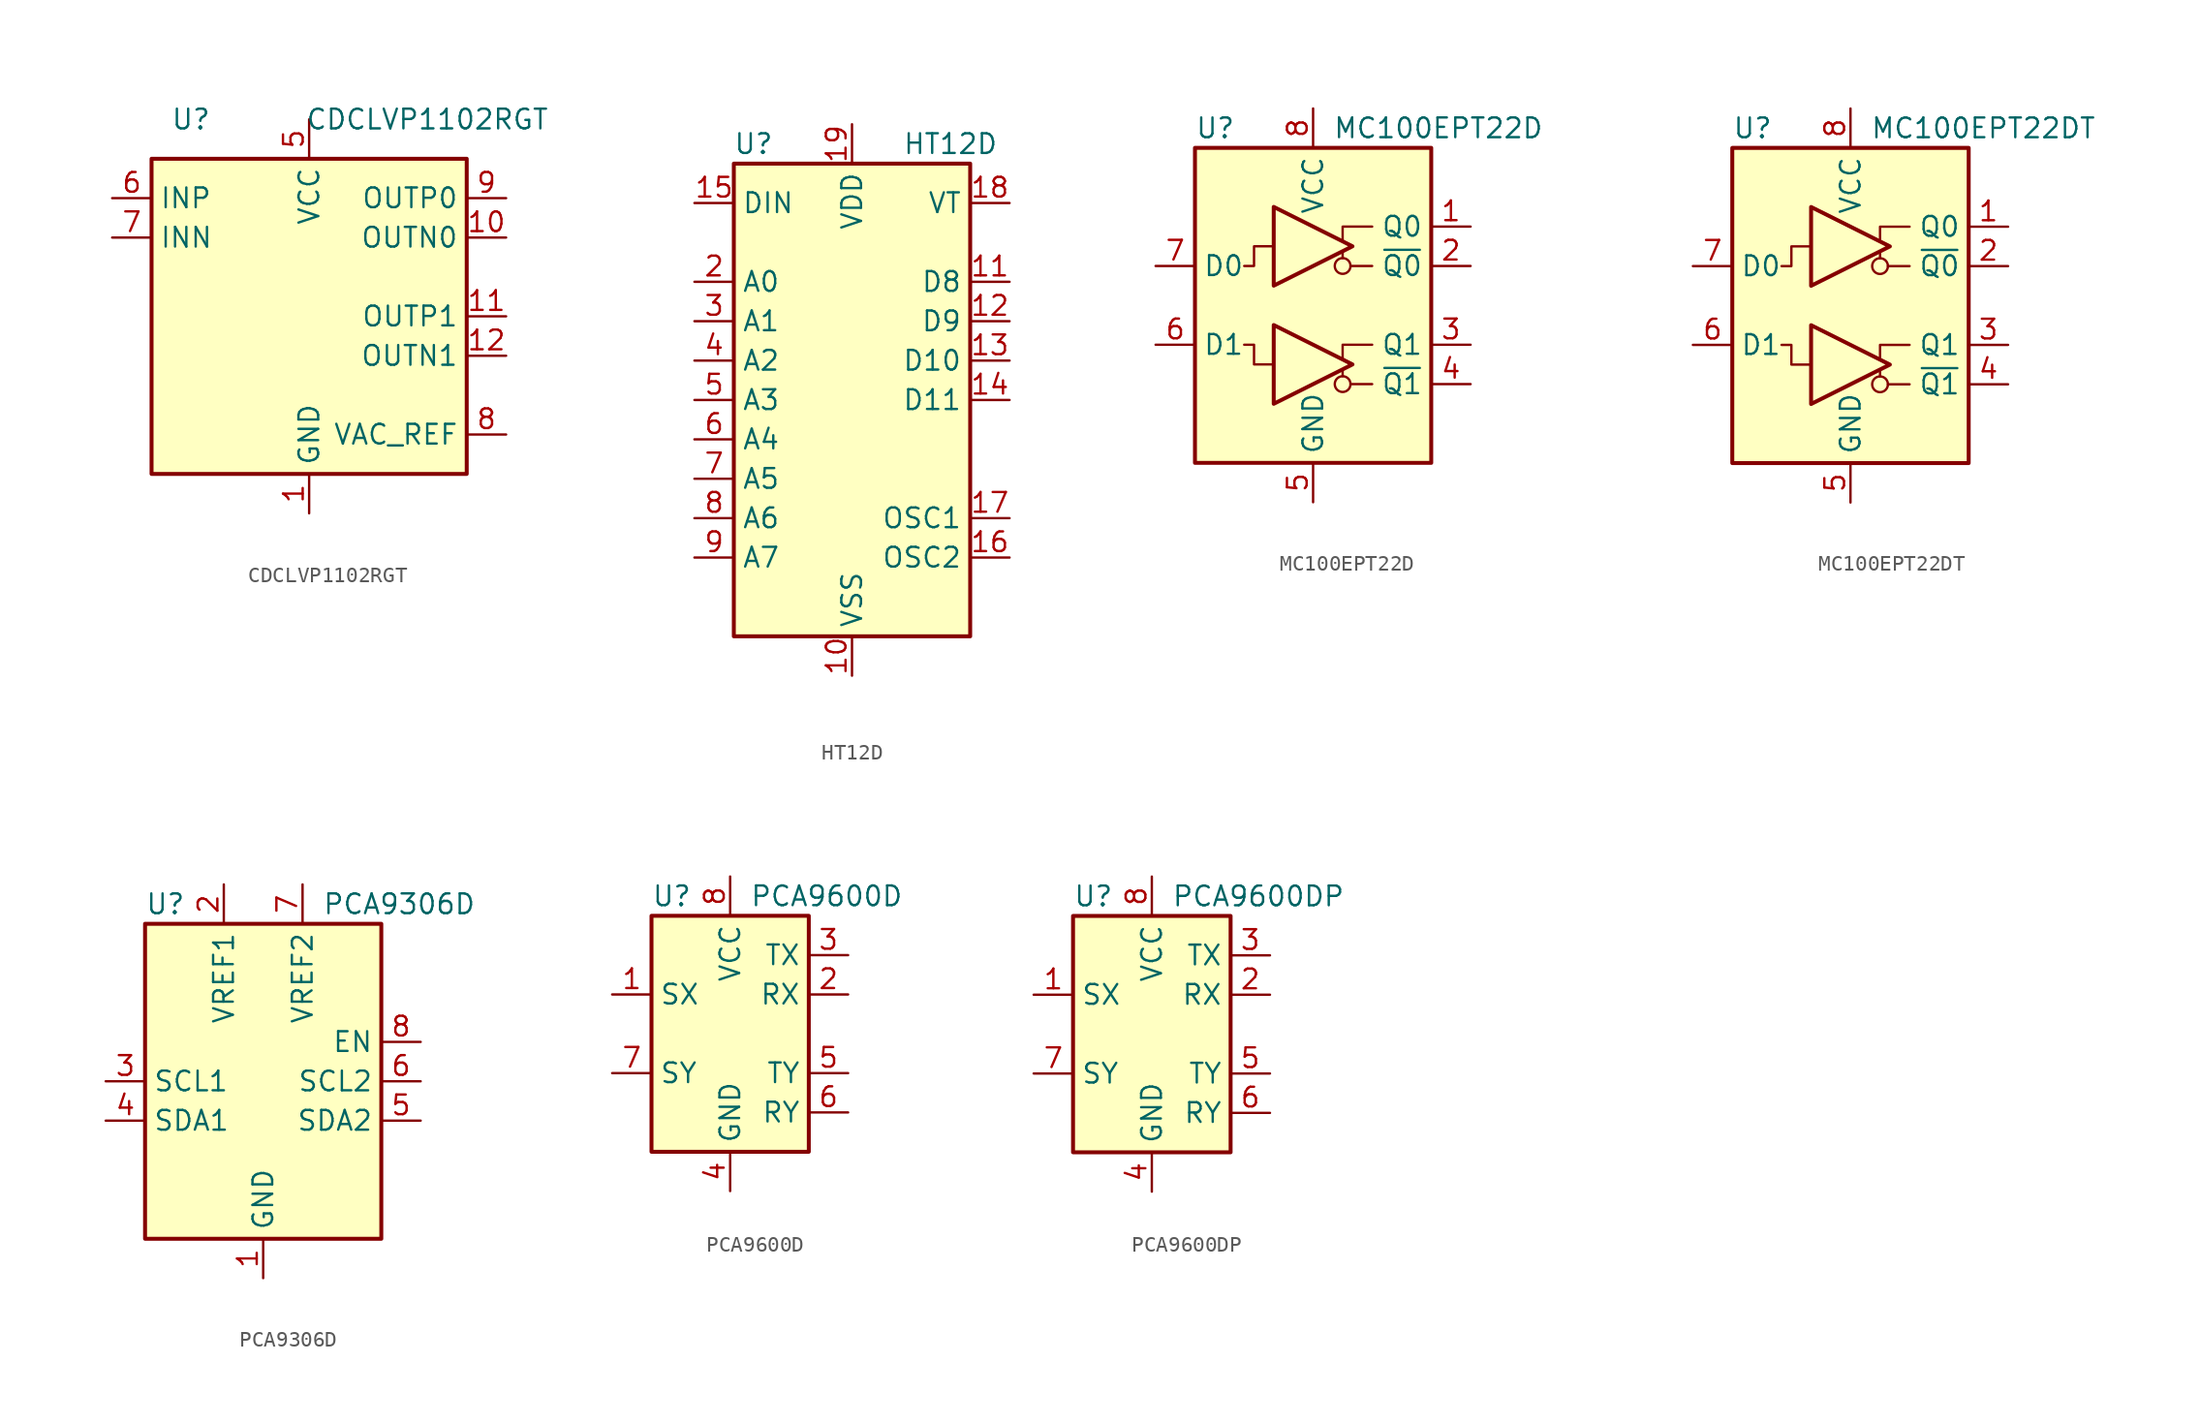
<source format=kicad_sym>
(kicad_symbol_lib
  (version 20201005)
  (generator kicad_symbol_editor)
  (symbol "CDCLVP1102RGT"
    (property "Reference" "U"
      (at -7.62 12.7 0)
      (effects (font (size 1.27 1.27))))
    (property "Value" "CDCLVP1102RGT"
      (at 7.62 12.7 0)
      (effects (font (size 1.27 1.27))))
    (symbol "CDCLVP1102RGT_0_0"
      (pin power_in line (at 0 -12.7 90) (length 2.54) (name "GND" (effects (font (size 1.27 1.27)))) (number "1" (effects (font (size 1.27 1.27)))))
      (pin output line (at 12.7 5.08 180) (length 2.54) (name "OUTN0" (effects (font (size 1.27 1.27)))) (number "10" (effects (font (size 1.27 1.27)))))
      (pin output line (at 12.7 0 180) (length 2.54) (name "OUTP1" (effects (font (size 1.27 1.27)))) (number "11" (effects (font (size 1.27 1.27)))))
      (pin output line (at 12.7 -2.54 180) (length 2.54) (name "OUTN1" (effects (font (size 1.27 1.27)))) (number "12" (effects (font (size 1.27 1.27)))))
      (pin no_connect line (at -10.16 -5.08 0) (length 2.54) hide (name "NC" (effects (font (size 1.27 1.27)))) (number "13" (effects (font (size 1.27 1.27)))))
      (pin no_connect line (at 10.16 2.54 180) (length 2.54) hide (name "NC" (effects (font (size 1.27 1.27)))) (number "14" (effects (font (size 1.27 1.27)))))
      (pin no_connect line (at 10.16 -5.08 180) (length 2.54) hide (name "NC" (effects (font (size 1.27 1.27)))) (number "15" (effects (font (size 1.27 1.27)))))
      (pin passive line (at 0 -12.7 90) (length 2.54) hide (name "GND" (effects (font (size 1.27 1.27)))) (number "16" (effects (font (size 1.27 1.27)))))
      (pin passive line (at 0 -12.7 90) (length 2.54) hide (name "GND" (effects (font (size 1.27 1.27)))) (number "17" (effects (font (size 1.27 1.27)))))
      (pin no_connect line (at -10.16 2.54 0) (length 2.54) hide (name "NC" (effects (font (size 1.27 1.27)))) (number "2" (effects (font (size 1.27 1.27)))))
      (pin no_connect line (at -10.16 0 0) (length 2.54) hide (name "NC" (effects (font (size 1.27 1.27)))) (number "3" (effects (font (size 1.27 1.27)))))
      (pin no_connect line (at -10.16 -2.54 0) (length 2.54) hide (name "NC" (effects (font (size 1.27 1.27)))) (number "4" (effects (font (size 1.27 1.27)))))
      (pin power_in line (at 0 12.7 270) (length 2.54) (name "VCC" (effects (font (size 1.27 1.27)))) (number "5" (effects (font (size 1.27 1.27)))))
      (pin input line (at -12.7 7.62 0) (length 2.54) (name "INP" (effects (font (size 1.27 1.27)))) (number "6" (effects (font (size 1.27 1.27)))))
      (pin input line (at -12.7 5.08 0) (length 2.54) (name "INN" (effects (font (size 1.27 1.27)))) (number "7" (effects (font (size 1.27 1.27)))))
      (pin output line (at 12.7 -7.62 180) (length 2.54) (name "VAC_REF" (effects (font (size 1.27 1.27)))) (number "8" (effects (font (size 1.27 1.27)))))
      (pin output line (at 12.7 7.62 180) (length 2.54) (name "OUTP0" (effects (font (size 1.27 1.27)))) (number "9" (effects (font (size 1.27 1.27))))))
    (symbol "CDCLVP1102RGT_0_1"
      (rectangle (start -10.16 10.16) (end 10.16 -10.16) (stroke (width 0.254)) (fill (type background)))))
  (symbol "HT12D"
    (property "Reference" "U"
      (at -6.35 16.51 0)
      (effects (font (size 1.27 1.27))))
    (property "Value" "HT12D"
      (at 6.35 16.51 0)
      (effects (font (size 1.27 1.27))))
    (symbol "HT12D_1_1"
      (rectangle (start -7.62 15.24) (end 7.62 -15.24) (stroke (width 0.254)) (fill (type background)))
      (pin no_connect line (at 7.62 -2.54 180) (length 2.54) hide (name "NC" (effects (font (size 1.27 1.27)))) (number "1" (effects (font (size 1.27 1.27)))))
      (pin power_in line (at 0 -17.78 90) (length 2.54) (name "VSS" (effects (font (size 1.27 1.27)))) (number "10" (effects (font (size 1.27 1.27)))))
      (pin output line (at 10.16 7.62 180) (length 2.54) (name "D8" (effects (font (size 1.27 1.27)))) (number "11" (effects (font (size 1.27 1.27)))))
      (pin output line (at 10.16 5.08 180) (length 2.54) (name "D9" (effects (font (size 1.27 1.27)))) (number "12" (effects (font (size 1.27 1.27)))))
      (pin output line (at 10.16 2.54 180) (length 2.54) (name "D10" (effects (font (size 1.27 1.27)))) (number "13" (effects (font (size 1.27 1.27)))))
      (pin output line (at 10.16 0 180) (length 2.54) (name "D11" (effects (font (size 1.27 1.27)))) (number "14" (effects (font (size 1.27 1.27)))))
      (pin input line (at -10.16 12.7 0) (length 2.54) (name "DIN" (effects (font (size 1.27 1.27)))) (number "15" (effects (font (size 1.27 1.27)))))
      (pin output line (at 10.16 -10.16 180) (length 2.54) (name "OSC2" (effects (font (size 1.27 1.27)))) (number "16" (effects (font (size 1.27 1.27)))))
      (pin input line (at 10.16 -7.62 180) (length 2.54) (name "OSC1" (effects (font (size 1.27 1.27)))) (number "17" (effects (font (size 1.27 1.27)))))
      (pin output line (at 10.16 12.7 180) (length 2.54) (name "VT" (effects (font (size 1.27 1.27)))) (number "18" (effects (font (size 1.27 1.27)))))
      (pin power_in line (at 0 17.78 270) (length 2.54) (name "VDD" (effects (font (size 1.27 1.27)))) (number "19" (effects (font (size 1.27 1.27)))))
      (pin input line (at -10.16 7.62 0) (length 2.54) (name "A0" (effects (font (size 1.27 1.27)))) (number "2" (effects (font (size 1.27 1.27)))))
      (pin no_connect line (at 7.62 -5.08 180) (length 2.54) hide (name "NC" (effects (font (size 1.27 1.27)))) (number "20" (effects (font (size 1.27 1.27)))))
      (pin input line (at -10.16 5.08 0) (length 2.54) (name "A1" (effects (font (size 1.27 1.27)))) (number "3" (effects (font (size 1.27 1.27)))))
      (pin input line (at -10.16 2.54 0) (length 2.54) (name "A2" (effects (font (size 1.27 1.27)))) (number "4" (effects (font (size 1.27 1.27)))))
      (pin input line (at -10.16 0 0) (length 2.54) (name "A3" (effects (font (size 1.27 1.27)))) (number "5" (effects (font (size 1.27 1.27)))))
      (pin input line (at -10.16 -2.54 0) (length 2.54) (name "A4" (effects (font (size 1.27 1.27)))) (number "6" (effects (font (size 1.27 1.27)))))
      (pin input line (at -10.16 -5.08 0) (length 2.54) (name "A5" (effects (font (size 1.27 1.27)))) (number "7" (effects (font (size 1.27 1.27)))))
      (pin input line (at -10.16 -7.62 0) (length 2.54) (name "A6" (effects (font (size 1.27 1.27)))) (number "8" (effects (font (size 1.27 1.27)))))
      (pin input line (at -10.16 -10.16 0) (length 2.54) (name "A7" (effects (font (size 1.27 1.27)))) (number "9" (effects (font (size 1.27 1.27)))))))
  (symbol "MC100EPT22D"
    (property "Reference" "U"
      (at -7.62 11.43 0)
      (effects (font (size 1.27 1.27)) (justify left)))
    (property "Value" "MC100EPT22D"
      (at 1.27 11.43 0)
      (effects (font (size 1.27 1.27)) (justify left)))
    (symbol "MC100EPT22D_0_1"
      (polyline (pts (xy 1.905 -4.572) (xy 1.905 -4.191)) (stroke (width 0)) (fill (type none)))
      (polyline (pts (xy 1.905 3.048) (xy 1.905 3.429)) (stroke (width 0)) (fill (type none))))
    (symbol "MC100EPT22D_1_0"
      (circle (center 1.905 -5.08) (radius 0.508) (stroke (width 0)) (fill (type none)))
      (circle (center 1.905 2.54) (radius 0.508) (stroke (width 0)) (fill (type none)))
      (rectangle (start -7.62 10.16) (end 7.62 -10.16) (stroke (width 0.254)) (fill (type background)))
      (polyline (pts (xy 3.81 -5.08) (xy 2.413 -5.08)) (stroke (width 0)) (fill (type none)))
      (polyline (pts (xy 3.81 2.54) (xy 2.413 2.54)) (stroke (width 0)) (fill (type none)))
      (polyline (pts (xy 1.905 -3.429) (xy 1.905 -2.54) (xy 3.81 -2.54)) (stroke (width 0)) (fill (type none)))
      (polyline (pts (xy 1.905 4.191) (xy 1.905 5.08) (xy 3.81 5.08)) (stroke (width 0)) (fill (type none)))
      (polyline (pts (xy -2.54 -3.81) (xy -3.81 -3.81) (xy -3.81 -2.54) (xy -4.445 -2.54)) (stroke (width 0)) (fill (type none)))
      (polyline (pts (xy -2.54 3.81) (xy -3.81 3.81) (xy -3.81 2.54) (xy -4.445 2.54)) (stroke (width 0)) (fill (type none))))
    (symbol "MC100EPT22D_1_1"
      (polyline (pts (xy -2.54 -1.27) (xy -2.54 -6.35) (xy 2.54 -3.81) (xy -2.54 -1.27)) (stroke (width 0.254)) (fill (type none)))
      (polyline (pts (xy -2.54 6.35) (xy -2.54 1.27) (xy 2.54 3.81) (xy -2.54 6.35)) (stroke (width 0.254)) (fill (type none)))
      (pin output line (at 10.16 5.08 180) (length 2.54) (name "Q0" (effects (font (size 1.27 1.27)))) (number "1" (effects (font (size 1.27 1.27)))))
      (pin output line (at 10.16 2.54 180) (length 2.54) (name "~Q0" (effects (font (size 1.27 1.27)))) (number "2" (effects (font (size 1.27 1.27)))))
      (pin output line (at 10.16 -2.54 180) (length 2.54) (name "Q1" (effects (font (size 1.27 1.27)))) (number "3" (effects (font (size 1.27 1.27)))))
      (pin output line (at 10.16 -5.08 180) (length 2.54) (name "~Q1" (effects (font (size 1.27 1.27)))) (number "4" (effects (font (size 1.27 1.27)))))
      (pin power_in line (at 0 -12.7 90) (length 2.54) (name "GND" (effects (font (size 1.27 1.27)))) (number "5" (effects (font (size 1.27 1.27)))))
      (pin input line (at -10.16 -2.54 0) (length 2.54) (name "D1" (effects (font (size 1.27 1.27)))) (number "6" (effects (font (size 1.27 1.27)))))
      (pin input line (at -10.16 2.54 0) (length 2.54) (name "D0" (effects (font (size 1.27 1.27)))) (number "7" (effects (font (size 1.27 1.27)))))
      (pin power_in line (at 0 12.7 270) (length 2.54) (name "VCC" (effects (font (size 1.27 1.27)))) (number "8" (effects (font (size 1.27 1.27)))))))
  (symbol "MC100EPT22DT"
    (property "Reference" "U"
      (at -7.62 11.43 0)
      (effects (font (size 1.27 1.27)) (justify left)))
    (property "Value" "MC100EPT22DT"
      (at 1.27 11.43 0)
      (effects (font (size 1.27 1.27)) (justify left)))
    (symbol "MC100EPT22DT_0_1"
      (polyline (pts (xy 1.905 -4.572) (xy 1.905 -4.191)) (stroke (width 0)) (fill (type none)))
      (polyline (pts (xy 1.905 3.048) (xy 1.905 3.429)) (stroke (width 0)) (fill (type none))))
    (symbol "MC100EPT22DT_1_0"
      (circle (center 1.905 -5.08) (radius 0.508) (stroke (width 0)) (fill (type none)))
      (circle (center 1.905 2.54) (radius 0.508) (stroke (width 0)) (fill (type none)))
      (rectangle (start -7.62 10.16) (end 7.62 -10.16) (stroke (width 0.254)) (fill (type background)))
      (polyline (pts (xy 3.81 -5.08) (xy 2.413 -5.08)) (stroke (width 0)) (fill (type none)))
      (polyline (pts (xy 3.81 2.54) (xy 2.413 2.54)) (stroke (width 0)) (fill (type none)))
      (polyline (pts (xy 1.905 -3.429) (xy 1.905 -2.54) (xy 3.81 -2.54)) (stroke (width 0)) (fill (type none)))
      (polyline (pts (xy 1.905 4.191) (xy 1.905 5.08) (xy 3.81 5.08)) (stroke (width 0)) (fill (type none)))
      (polyline (pts (xy -2.54 -3.81) (xy -3.81 -3.81) (xy -3.81 -2.54) (xy -4.445 -2.54)) (stroke (width 0)) (fill (type none)))
      (polyline (pts (xy -2.54 3.81) (xy -3.81 3.81) (xy -3.81 2.54) (xy -4.445 2.54)) (stroke (width 0)) (fill (type none))))
    (symbol "MC100EPT22DT_1_1"
      (polyline (pts (xy -2.54 -1.27) (xy -2.54 -6.35) (xy 2.54 -3.81) (xy -2.54 -1.27)) (stroke (width 0.254)) (fill (type none)))
      (polyline (pts (xy -2.54 6.35) (xy -2.54 1.27) (xy 2.54 3.81) (xy -2.54 6.35)) (stroke (width 0.254)) (fill (type none)))
      (pin output line (at 10.16 5.08 180) (length 2.54) (name "Q0" (effects (font (size 1.27 1.27)))) (number "1" (effects (font (size 1.27 1.27)))))
      (pin output line (at 10.16 2.54 180) (length 2.54) (name "~Q0" (effects (font (size 1.27 1.27)))) (number "2" (effects (font (size 1.27 1.27)))))
      (pin output line (at 10.16 -2.54 180) (length 2.54) (name "Q1" (effects (font (size 1.27 1.27)))) (number "3" (effects (font (size 1.27 1.27)))))
      (pin output line (at 10.16 -5.08 180) (length 2.54) (name "~Q1" (effects (font (size 1.27 1.27)))) (number "4" (effects (font (size 1.27 1.27)))))
      (pin power_in line (at 0 -12.7 90) (length 2.54) (name "GND" (effects (font (size 1.27 1.27)))) (number "5" (effects (font (size 1.27 1.27)))))
      (pin input line (at -10.16 -2.54 0) (length 2.54) (name "D1" (effects (font (size 1.27 1.27)))) (number "6" (effects (font (size 1.27 1.27)))))
      (pin input line (at -10.16 2.54 0) (length 2.54) (name "D0" (effects (font (size 1.27 1.27)))) (number "7" (effects (font (size 1.27 1.27)))))
      (pin power_in line (at 0 12.7 270) (length 2.54) (name "VCC" (effects (font (size 1.27 1.27)))) (number "8" (effects (font (size 1.27 1.27)))))))
  (symbol "PCA9306D"
    (property "Reference" "U"
      (at -7.62 11.43 0)
      (effects (font (size 1.27 1.27)) (justify left)))
    (property "Value" "PCA9306D"
      (at 3.81 11.43 0)
      (effects (font (size 1.27 1.27)) (justify left)))
    (symbol "PCA9306D_0_1"
      (rectangle (start -7.62 10.16) (end 7.62 -10.16) (stroke (width 0.254)) (fill (type background))))
    (symbol "PCA9306D_1_1"
      (pin power_in line (at 0 -12.7 90) (length 2.54) (name "GND" (effects (font (size 1.27 1.27)))) (number "1" (effects (font (size 1.27 1.27)))))
      (pin power_in line (at -2.54 12.7 270) (length 2.54) (name "VREF1" (effects (font (size 1.27 1.27)))) (number "2" (effects (font (size 1.27 1.27)))))
      (pin bidirectional line (at -10.16 0 0) (length 2.54) (name "SCL1" (effects (font (size 1.27 1.27)))) (number "3" (effects (font (size 1.27 1.27)))))
      (pin bidirectional line (at -10.16 -2.54 0) (length 2.54) (name "SDA1" (effects (font (size 1.27 1.27)))) (number "4" (effects (font (size 1.27 1.27)))))
      (pin bidirectional line (at 10.16 -2.54 180) (length 2.54) (name "SDA2" (effects (font (size 1.27 1.27)))) (number "5" (effects (font (size 1.27 1.27)))))
      (pin bidirectional line (at 10.16 0 180) (length 2.54) (name "SCL2" (effects (font (size 1.27 1.27)))) (number "6" (effects (font (size 1.27 1.27)))))
      (pin power_in line (at 2.54 12.7 270) (length 2.54) (name "VREF2" (effects (font (size 1.27 1.27)))) (number "7" (effects (font (size 1.27 1.27)))))
      (pin input line (at 10.16 2.54 180) (length 2.54) (name "EN" (effects (font (size 1.27 1.27)))) (number "8" (effects (font (size 1.27 1.27)))))))
  (symbol "PCA9600D"
    (property "Reference" "U"
      (at -5.08 8.89 0)
      (effects (font (size 1.27 1.27)) (justify left)))
    (property "Value" "PCA9600D"
      (at 1.27 8.89 0)
      (effects (font (size 1.27 1.27)) (justify left)))
    (symbol "PCA9600D_0_1"
      (rectangle (start -5.08 7.62) (end 5.08 -7.62) (stroke (width 0.254)) (fill (type background))))
    (symbol "PCA9600D_1_1"
      (pin bidirectional line (at -7.62 2.54 0) (length 2.54) (name "SX" (effects (font (size 1.27 1.27)))) (number "1" (effects (font (size 1.27 1.27)))))
      (pin input line (at 7.62 2.54 180) (length 2.54) (name "RX" (effects (font (size 1.27 1.27)))) (number "2" (effects (font (size 1.27 1.27)))))
      (pin open_collector line (at 7.62 5.08 180) (length 2.54) (name "TX" (effects (font (size 1.27 1.27)))) (number "3" (effects (font (size 1.27 1.27)))))
      (pin power_in line (at 0 -10.16 90) (length 2.54) (name "GND" (effects (font (size 1.27 1.27)))) (number "4" (effects (font (size 1.27 1.27)))))
      (pin open_collector line (at 7.62 -2.54 180) (length 2.54) (name "TY" (effects (font (size 1.27 1.27)))) (number "5" (effects (font (size 1.27 1.27)))))
      (pin input line (at 7.62 -5.08 180) (length 2.54) (name "RY" (effects (font (size 1.27 1.27)))) (number "6" (effects (font (size 1.27 1.27)))))
      (pin bidirectional line (at -7.62 -2.54 0) (length 2.54) (name "SY" (effects (font (size 1.27 1.27)))) (number "7" (effects (font (size 1.27 1.27)))))
      (pin power_in line (at 0 10.16 270) (length 2.54) (name "VCC" (effects (font (size 1.27 1.27)))) (number "8" (effects (font (size 1.27 1.27)))))))
  (symbol "PCA9600DP"
    (property "Reference" "U"
      (at -5.08 8.89 0)
      (effects (font (size 1.27 1.27)) (justify left)))
    (property "Value" "PCA9600DP"
      (at 1.27 8.89 0)
      (effects (font (size 1.27 1.27)) (justify left)))
    (symbol "PCA9600DP_0_1"
      (rectangle (start -5.08 7.62) (end 5.08 -7.62) (stroke (width 0.254)) (fill (type background))))
    (symbol "PCA9600DP_1_1"
      (pin bidirectional line (at -7.62 2.54 0) (length 2.54) (name "SX" (effects (font (size 1.27 1.27)))) (number "1" (effects (font (size 1.27 1.27)))))
      (pin input line (at 7.62 2.54 180) (length 2.54) (name "RX" (effects (font (size 1.27 1.27)))) (number "2" (effects (font (size 1.27 1.27)))))
      (pin open_collector line (at 7.62 5.08 180) (length 2.54) (name "TX" (effects (font (size 1.27 1.27)))) (number "3" (effects (font (size 1.27 1.27)))))
      (pin power_in line (at 0 -10.16 90) (length 2.54) (name "GND" (effects (font (size 1.27 1.27)))) (number "4" (effects (font (size 1.27 1.27)))))
      (pin open_collector line (at 7.62 -2.54 180) (length 2.54) (name "TY" (effects (font (size 1.27 1.27)))) (number "5" (effects (font (size 1.27 1.27)))))
      (pin input line (at 7.62 -5.08 180) (length 2.54) (name "RY" (effects (font (size 1.27 1.27)))) (number "6" (effects (font (size 1.27 1.27)))))
      (pin bidirectional line (at -7.62 -2.54 0) (length 2.54) (name "SY" (effects (font (size 1.27 1.27)))) (number "7" (effects (font (size 1.27 1.27)))))
      (pin power_in line (at 0 10.16 270) (length 2.54) (name "VCC" (effects (font (size 1.27 1.27)))) (number "8" (effects (font (size 1.27 1.27))))))))
</source>
